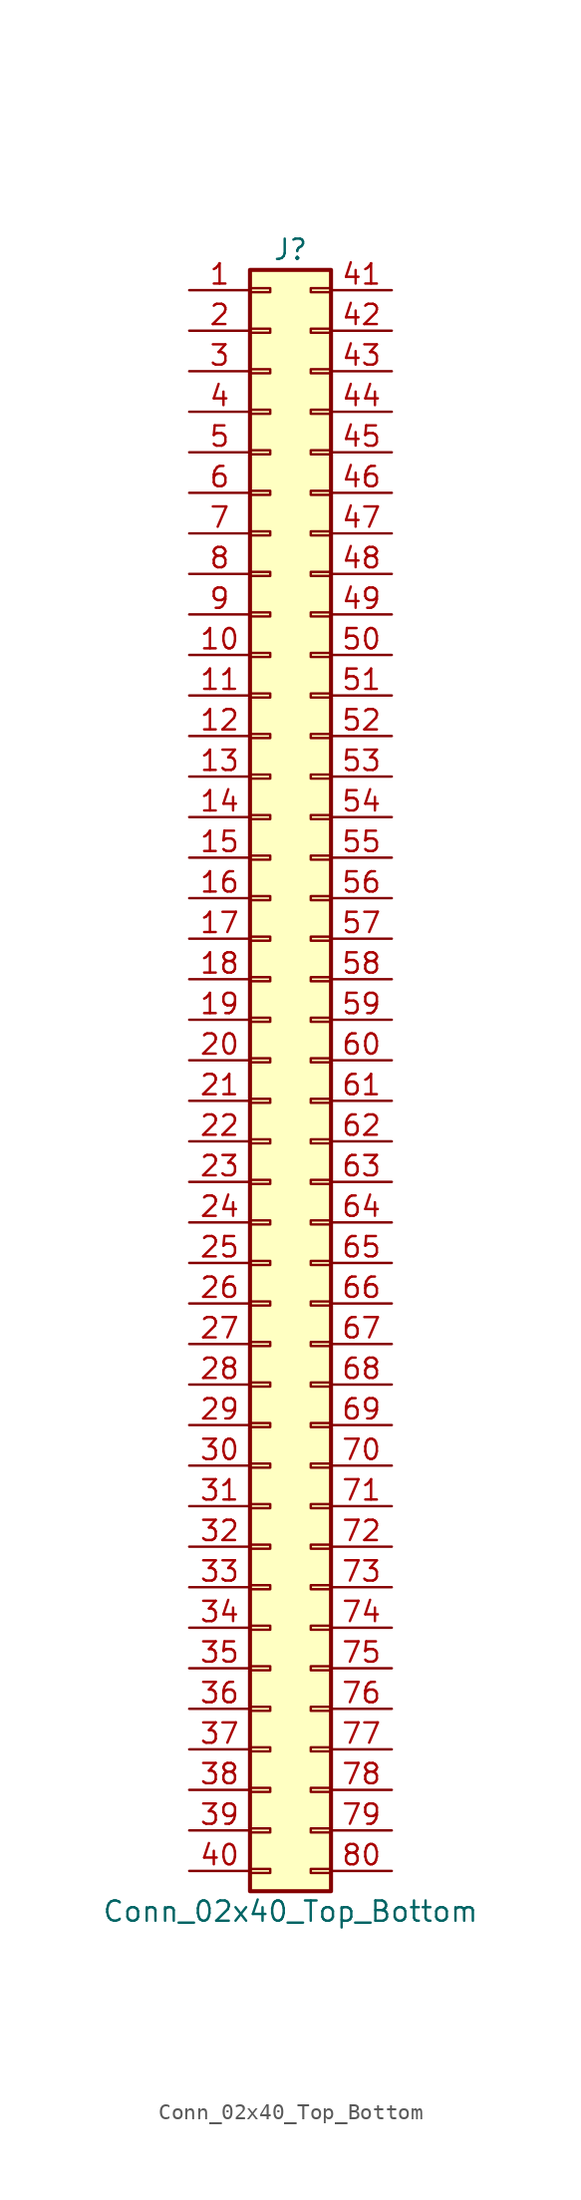
<source format=kicad_sym>
(kicad_symbol_lib
  (version 20201005)
  (generator kicad_symbol_editor)
  (symbol "Conn_02x40_Top_Bottom"
    (pin_names
      (offset 1.016) hide)
    (property "Reference" "J"
      (at 1.27 50.8 0)
      (effects (font (size 1.27 1.27))))
    (property "Value" "Conn_02x40_Top_Bottom"
      (at 1.27 -53.34 0)
      (effects (font (size 1.27 1.27))))
    (symbol "Conn_02x40_Top_Bottom_1_1"
      (rectangle (start -1.27 -50.673) (end 0 -50.927) (stroke (width 0.152)) (fill (type none)))
      (rectangle (start -1.27 -48.133) (end 0 -48.387) (stroke (width 0.152)) (fill (type none)))
      (rectangle (start -1.27 -45.593) (end 0 -45.847) (stroke (width 0.152)) (fill (type none)))
      (rectangle (start -1.27 -43.053) (end 0 -43.307) (stroke (width 0.152)) (fill (type none)))
      (rectangle (start -1.27 -40.513) (end 0 -40.767) (stroke (width 0.152)) (fill (type none)))
      (rectangle (start -1.27 -37.973) (end 0 -38.227) (stroke (width 0.152)) (fill (type none)))
      (rectangle (start -1.27 -35.433) (end 0 -35.687) (stroke (width 0.152)) (fill (type none)))
      (rectangle (start -1.27 -32.893) (end 0 -33.147) (stroke (width 0.152)) (fill (type none)))
      (rectangle (start -1.27 -30.353) (end 0 -30.607) (stroke (width 0.152)) (fill (type none)))
      (rectangle (start -1.27 -27.813) (end 0 -28.067) (stroke (width 0.152)) (fill (type none)))
      (rectangle (start -1.27 -25.273) (end 0 -25.527) (stroke (width 0.152)) (fill (type none)))
      (rectangle (start -1.27 -22.733) (end 0 -22.987) (stroke (width 0.152)) (fill (type none)))
      (rectangle (start -1.27 -20.193) (end 0 -20.447) (stroke (width 0.152)) (fill (type none)))
      (rectangle (start -1.27 -17.653) (end 0 -17.907) (stroke (width 0.152)) (fill (type none)))
      (rectangle (start -1.27 -15.113) (end 0 -15.367) (stroke (width 0.152)) (fill (type none)))
      (rectangle (start -1.27 -12.573) (end 0 -12.827) (stroke (width 0.152)) (fill (type none)))
      (rectangle (start -1.27 -10.033) (end 0 -10.287) (stroke (width 0.152)) (fill (type none)))
      (rectangle (start -1.27 -7.493) (end 0 -7.747) (stroke (width 0.152)) (fill (type none)))
      (rectangle (start -1.27 -4.953) (end 0 -5.207) (stroke (width 0.152)) (fill (type none)))
      (rectangle (start -1.27 -2.413) (end 0 -2.667) (stroke (width 0.152)) (fill (type none)))
      (rectangle (start -1.27 0.127) (end 0 -0.127) (stroke (width 0.152)) (fill (type none)))
      (rectangle (start -1.27 2.667) (end 0 2.413) (stroke (width 0.152)) (fill (type none)))
      (rectangle (start -1.27 5.207) (end 0 4.953) (stroke (width 0.152)) (fill (type none)))
      (rectangle (start -1.27 7.747) (end 0 7.493) (stroke (width 0.152)) (fill (type none)))
      (rectangle (start -1.27 10.287) (end 0 10.033) (stroke (width 0.152)) (fill (type none)))
      (rectangle (start -1.27 12.827) (end 0 12.573) (stroke (width 0.152)) (fill (type none)))
      (rectangle (start -1.27 15.367) (end 0 15.113) (stroke (width 0.152)) (fill (type none)))
      (rectangle (start -1.27 17.907) (end 0 17.653) (stroke (width 0.152)) (fill (type none)))
      (rectangle (start -1.27 20.447) (end 0 20.193) (stroke (width 0.152)) (fill (type none)))
      (rectangle (start -1.27 22.987) (end 0 22.733) (stroke (width 0.152)) (fill (type none)))
      (rectangle (start -1.27 25.527) (end 0 25.273) (stroke (width 0.152)) (fill (type none)))
      (rectangle (start -1.27 28.067) (end 0 27.813) (stroke (width 0.152)) (fill (type none)))
      (rectangle (start -1.27 30.607) (end 0 30.353) (stroke (width 0.152)) (fill (type none)))
      (rectangle (start -1.27 33.147) (end 0 32.893) (stroke (width 0.152)) (fill (type none)))
      (rectangle (start -1.27 35.687) (end 0 35.433) (stroke (width 0.152)) (fill (type none)))
      (rectangle (start -1.27 38.227) (end 0 37.973) (stroke (width 0.152)) (fill (type none)))
      (rectangle (start -1.27 40.767) (end 0 40.513) (stroke (width 0.152)) (fill (type none)))
      (rectangle (start -1.27 43.307) (end 0 43.053) (stroke (width 0.152)) (fill (type none)))
      (rectangle (start -1.27 45.847) (end 0 45.593) (stroke (width 0.152)) (fill (type none)))
      (rectangle (start -1.27 48.387) (end 0 48.133) (stroke (width 0.152)) (fill (type none)))
      (rectangle (start -1.27 49.53) (end 3.81 -52.07) (stroke (width 0.254)) (fill (type background)))
      (rectangle (start 3.81 -50.673) (end 2.54 -50.927) (stroke (width 0.152)) (fill (type none)))
      (rectangle (start 3.81 -48.133) (end 2.54 -48.387) (stroke (width 0.152)) (fill (type none)))
      (rectangle (start 3.81 -45.593) (end 2.54 -45.847) (stroke (width 0.152)) (fill (type none)))
      (rectangle (start 3.81 -43.053) (end 2.54 -43.307) (stroke (width 0.152)) (fill (type none)))
      (rectangle (start 3.81 -40.513) (end 2.54 -40.767) (stroke (width 0.152)) (fill (type none)))
      (rectangle (start 3.81 -37.973) (end 2.54 -38.227) (stroke (width 0.152)) (fill (type none)))
      (rectangle (start 3.81 -35.433) (end 2.54 -35.687) (stroke (width 0.152)) (fill (type none)))
      (rectangle (start 3.81 -32.893) (end 2.54 -33.147) (stroke (width 0.152)) (fill (type none)))
      (rectangle (start 3.81 -30.353) (end 2.54 -30.607) (stroke (width 0.152)) (fill (type none)))
      (rectangle (start 3.81 -27.813) (end 2.54 -28.067) (stroke (width 0.152)) (fill (type none)))
      (rectangle (start 3.81 -25.273) (end 2.54 -25.527) (stroke (width 0.152)) (fill (type none)))
      (rectangle (start 3.81 -22.733) (end 2.54 -22.987) (stroke (width 0.152)) (fill (type none)))
      (rectangle (start 3.81 -20.193) (end 2.54 -20.447) (stroke (width 0.152)) (fill (type none)))
      (rectangle (start 3.81 -17.653) (end 2.54 -17.907) (stroke (width 0.152)) (fill (type none)))
      (rectangle (start 3.81 -15.113) (end 2.54 -15.367) (stroke (width 0.152)) (fill (type none)))
      (rectangle (start 3.81 -12.573) (end 2.54 -12.827) (stroke (width 0.152)) (fill (type none)))
      (rectangle (start 3.81 -10.033) (end 2.54 -10.287) (stroke (width 0.152)) (fill (type none)))
      (rectangle (start 3.81 -7.493) (end 2.54 -7.747) (stroke (width 0.152)) (fill (type none)))
      (rectangle (start 3.81 -4.953) (end 2.54 -5.207) (stroke (width 0.152)) (fill (type none)))
      (rectangle (start 3.81 -2.413) (end 2.54 -2.667) (stroke (width 0.152)) (fill (type none)))
      (rectangle (start 3.81 0.127) (end 2.54 -0.127) (stroke (width 0.152)) (fill (type none)))
      (rectangle (start 3.81 2.667) (end 2.54 2.413) (stroke (width 0.152)) (fill (type none)))
      (rectangle (start 3.81 5.207) (end 2.54 4.953) (stroke (width 0.152)) (fill (type none)))
      (rectangle (start 3.81 7.747) (end 2.54 7.493) (stroke (width 0.152)) (fill (type none)))
      (rectangle (start 3.81 10.287) (end 2.54 10.033) (stroke (width 0.152)) (fill (type none)))
      (rectangle (start 3.81 12.827) (end 2.54 12.573) (stroke (width 0.152)) (fill (type none)))
      (rectangle (start 3.81 15.367) (end 2.54 15.113) (stroke (width 0.152)) (fill (type none)))
      (rectangle (start 3.81 17.907) (end 2.54 17.653) (stroke (width 0.152)) (fill (type none)))
      (rectangle (start 3.81 20.447) (end 2.54 20.193) (stroke (width 0.152)) (fill (type none)))
      (rectangle (start 3.81 22.987) (end 2.54 22.733) (stroke (width 0.152)) (fill (type none)))
      (rectangle (start 3.81 25.527) (end 2.54 25.273) (stroke (width 0.152)) (fill (type none)))
      (rectangle (start 3.81 28.067) (end 2.54 27.813) (stroke (width 0.152)) (fill (type none)))
      (rectangle (start 3.81 30.607) (end 2.54 30.353) (stroke (width 0.152)) (fill (type none)))
      (rectangle (start 3.81 33.147) (end 2.54 32.893) (stroke (width 0.152)) (fill (type none)))
      (rectangle (start 3.81 35.687) (end 2.54 35.433) (stroke (width 0.152)) (fill (type none)))
      (rectangle (start 3.81 38.227) (end 2.54 37.973) (stroke (width 0.152)) (fill (type none)))
      (rectangle (start 3.81 40.767) (end 2.54 40.513) (stroke (width 0.152)) (fill (type none)))
      (rectangle (start 3.81 43.307) (end 2.54 43.053) (stroke (width 0.152)) (fill (type none)))
      (rectangle (start 3.81 45.847) (end 2.54 45.593) (stroke (width 0.152)) (fill (type none)))
      (rectangle (start 3.81 48.387) (end 2.54 48.133) (stroke (width 0.152)) (fill (type none)))
      (pin passive line (at -5.08 48.26 0) (length 3.81) (name "Pin_1" (effects (font (size 1.27 1.27)))) (number "1" (effects (font (size 1.27 1.27)))))
      (pin passive line (at -5.08 25.4 0) (length 3.81) (name "Pin_10" (effects (font (size 1.27 1.27)))) (number "10" (effects (font (size 1.27 1.27)))))
      (pin passive line (at -5.08 22.86 0) (length 3.81) (name "Pin_11" (effects (font (size 1.27 1.27)))) (number "11" (effects (font (size 1.27 1.27)))))
      (pin passive line (at -5.08 20.32 0) (length 3.81) (name "Pin_12" (effects (font (size 1.27 1.27)))) (number "12" (effects (font (size 1.27 1.27)))))
      (pin passive line (at -5.08 17.78 0) (length 3.81) (name "Pin_13" (effects (font (size 1.27 1.27)))) (number "13" (effects (font (size 1.27 1.27)))))
      (pin passive line (at -5.08 15.24 0) (length 3.81) (name "Pin_14" (effects (font (size 1.27 1.27)))) (number "14" (effects (font (size 1.27 1.27)))))
      (pin passive line (at -5.08 12.7 0) (length 3.81) (name "Pin_15" (effects (font (size 1.27 1.27)))) (number "15" (effects (font (size 1.27 1.27)))))
      (pin passive line (at -5.08 10.16 0) (length 3.81) (name "Pin_16" (effects (font (size 1.27 1.27)))) (number "16" (effects (font (size 1.27 1.27)))))
      (pin passive line (at -5.08 7.62 0) (length 3.81) (name "Pin_17" (effects (font (size 1.27 1.27)))) (number "17" (effects (font (size 1.27 1.27)))))
      (pin passive line (at -5.08 5.08 0) (length 3.81) (name "Pin_18" (effects (font (size 1.27 1.27)))) (number "18" (effects (font (size 1.27 1.27)))))
      (pin passive line (at -5.08 2.54 0) (length 3.81) (name "Pin_19" (effects (font (size 1.27 1.27)))) (number "19" (effects (font (size 1.27 1.27)))))
      (pin passive line (at -5.08 45.72 0) (length 3.81) (name "Pin_2" (effects (font (size 1.27 1.27)))) (number "2" (effects (font (size 1.27 1.27)))))
      (pin passive line (at -5.08 0 0) (length 3.81) (name "Pin_20" (effects (font (size 1.27 1.27)))) (number "20" (effects (font (size 1.27 1.27)))))
      (pin passive line (at -5.08 -2.54 0) (length 3.81) (name "Pin_21" (effects (font (size 1.27 1.27)))) (number "21" (effects (font (size 1.27 1.27)))))
      (pin passive line (at -5.08 -5.08 0) (length 3.81) (name "Pin_22" (effects (font (size 1.27 1.27)))) (number "22" (effects (font (size 1.27 1.27)))))
      (pin passive line (at -5.08 -7.62 0) (length 3.81) (name "Pin_23" (effects (font (size 1.27 1.27)))) (number "23" (effects (font (size 1.27 1.27)))))
      (pin passive line (at -5.08 -10.16 0) (length 3.81) (name "Pin_24" (effects (font (size 1.27 1.27)))) (number "24" (effects (font (size 1.27 1.27)))))
      (pin passive line (at -5.08 -12.7 0) (length 3.81) (name "Pin_25" (effects (font (size 1.27 1.27)))) (number "25" (effects (font (size 1.27 1.27)))))
      (pin passive line (at -5.08 -15.24 0) (length 3.81) (name "Pin_26" (effects (font (size 1.27 1.27)))) (number "26" (effects (font (size 1.27 1.27)))))
      (pin passive line (at -5.08 -17.78 0) (length 3.81) (name "Pin_27" (effects (font (size 1.27 1.27)))) (number "27" (effects (font (size 1.27 1.27)))))
      (pin passive line (at -5.08 -20.32 0) (length 3.81) (name "Pin_28" (effects (font (size 1.27 1.27)))) (number "28" (effects (font (size 1.27 1.27)))))
      (pin passive line (at -5.08 -22.86 0) (length 3.81) (name "Pin_29" (effects (font (size 1.27 1.27)))) (number "29" (effects (font (size 1.27 1.27)))))
      (pin passive line (at -5.08 43.18 0) (length 3.81) (name "Pin_3" (effects (font (size 1.27 1.27)))) (number "3" (effects (font (size 1.27 1.27)))))
      (pin passive line (at -5.08 -25.4 0) (length 3.81) (name "Pin_30" (effects (font (size 1.27 1.27)))) (number "30" (effects (font (size 1.27 1.27)))))
      (pin passive line (at -5.08 -27.94 0) (length 3.81) (name "Pin_31" (effects (font (size 1.27 1.27)))) (number "31" (effects (font (size 1.27 1.27)))))
      (pin passive line (at -5.08 -30.48 0) (length 3.81) (name "Pin_32" (effects (font (size 1.27 1.27)))) (number "32" (effects (font (size 1.27 1.27)))))
      (pin passive line (at -5.08 -33.02 0) (length 3.81) (name "Pin_33" (effects (font (size 1.27 1.27)))) (number "33" (effects (font (size 1.27 1.27)))))
      (pin passive line (at -5.08 -35.56 0) (length 3.81) (name "Pin_34" (effects (font (size 1.27 1.27)))) (number "34" (effects (font (size 1.27 1.27)))))
      (pin passive line (at -5.08 -38.1 0) (length 3.81) (name "Pin_35" (effects (font (size 1.27 1.27)))) (number "35" (effects (font (size 1.27 1.27)))))
      (pin passive line (at -5.08 -40.64 0) (length 3.81) (name "Pin_36" (effects (font (size 1.27 1.27)))) (number "36" (effects (font (size 1.27 1.27)))))
      (pin passive line (at -5.08 -43.18 0) (length 3.81) (name "Pin_37" (effects (font (size 1.27 1.27)))) (number "37" (effects (font (size 1.27 1.27)))))
      (pin passive line (at -5.08 -45.72 0) (length 3.81) (name "Pin_38" (effects (font (size 1.27 1.27)))) (number "38" (effects (font (size 1.27 1.27)))))
      (pin passive line (at -5.08 -48.26 0) (length 3.81) (name "Pin_39" (effects (font (size 1.27 1.27)))) (number "39" (effects (font (size 1.27 1.27)))))
      (pin passive line (at -5.08 40.64 0) (length 3.81) (name "Pin_4" (effects (font (size 1.27 1.27)))) (number "4" (effects (font (size 1.27 1.27)))))
      (pin passive line (at -5.08 -50.8 0) (length 3.81) (name "Pin_40" (effects (font (size 1.27 1.27)))) (number "40" (effects (font (size 1.27 1.27)))))
      (pin passive line (at 7.62 48.26 180) (length 3.81) (name "Pin_41" (effects (font (size 1.27 1.27)))) (number "41" (effects (font (size 1.27 1.27)))))
      (pin passive line (at 7.62 45.72 180) (length 3.81) (name "Pin_42" (effects (font (size 1.27 1.27)))) (number "42" (effects (font (size 1.27 1.27)))))
      (pin passive line (at 7.62 43.18 180) (length 3.81) (name "Pin_43" (effects (font (size 1.27 1.27)))) (number "43" (effects (font (size 1.27 1.27)))))
      (pin passive line (at 7.62 40.64 180) (length 3.81) (name "Pin_44" (effects (font (size 1.27 1.27)))) (number "44" (effects (font (size 1.27 1.27)))))
      (pin passive line (at 7.62 38.1 180) (length 3.81) (name "Pin_45" (effects (font (size 1.27 1.27)))) (number "45" (effects (font (size 1.27 1.27)))))
      (pin passive line (at 7.62 35.56 180) (length 3.81) (name "Pin_46" (effects (font (size 1.27 1.27)))) (number "46" (effects (font (size 1.27 1.27)))))
      (pin passive line (at 7.62 33.02 180) (length 3.81) (name "Pin_47" (effects (font (size 1.27 1.27)))) (number "47" (effects (font (size 1.27 1.27)))))
      (pin passive line (at 7.62 30.48 180) (length 3.81) (name "Pin_48" (effects (font (size 1.27 1.27)))) (number "48" (effects (font (size 1.27 1.27)))))
      (pin passive line (at 7.62 27.94 180) (length 3.81) (name "Pin_49" (effects (font (size 1.27 1.27)))) (number "49" (effects (font (size 1.27 1.27)))))
      (pin passive line (at -5.08 38.1 0) (length 3.81) (name "Pin_5" (effects (font (size 1.27 1.27)))) (number "5" (effects (font (size 1.27 1.27)))))
      (pin passive line (at 7.62 25.4 180) (length 3.81) (name "Pin_50" (effects (font (size 1.27 1.27)))) (number "50" (effects (font (size 1.27 1.27)))))
      (pin passive line (at 7.62 22.86 180) (length 3.81) (name "Pin_51" (effects (font (size 1.27 1.27)))) (number "51" (effects (font (size 1.27 1.27)))))
      (pin passive line (at 7.62 20.32 180) (length 3.81) (name "Pin_52" (effects (font (size 1.27 1.27)))) (number "52" (effects (font (size 1.27 1.27)))))
      (pin passive line (at 7.62 17.78 180) (length 3.81) (name "Pin_53" (effects (font (size 1.27 1.27)))) (number "53" (effects (font (size 1.27 1.27)))))
      (pin passive line (at 7.62 15.24 180) (length 3.81) (name "Pin_54" (effects (font (size 1.27 1.27)))) (number "54" (effects (font (size 1.27 1.27)))))
      (pin passive line (at 7.62 12.7 180) (length 3.81) (name "Pin_55" (effects (font (size 1.27 1.27)))) (number "55" (effects (font (size 1.27 1.27)))))
      (pin passive line (at 7.62 10.16 180) (length 3.81) (name "Pin_56" (effects (font (size 1.27 1.27)))) (number "56" (effects (font (size 1.27 1.27)))))
      (pin passive line (at 7.62 7.62 180) (length 3.81) (name "Pin_57" (effects (font (size 1.27 1.27)))) (number "57" (effects (font (size 1.27 1.27)))))
      (pin passive line (at 7.62 5.08 180) (length 3.81) (name "Pin_58" (effects (font (size 1.27 1.27)))) (number "58" (effects (font (size 1.27 1.27)))))
      (pin passive line (at 7.62 2.54 180) (length 3.81) (name "Pin_59" (effects (font (size 1.27 1.27)))) (number "59" (effects (font (size 1.27 1.27)))))
      (pin passive line (at -5.08 35.56 0) (length 3.81) (name "Pin_6" (effects (font (size 1.27 1.27)))) (number "6" (effects (font (size 1.27 1.27)))))
      (pin passive line (at 7.62 0 180) (length 3.81) (name "Pin_60" (effects (font (size 1.27 1.27)))) (number "60" (effects (font (size 1.27 1.27)))))
      (pin passive line (at 7.62 -2.54 180) (length 3.81) (name "Pin_61" (effects (font (size 1.27 1.27)))) (number "61" (effects (font (size 1.27 1.27)))))
      (pin passive line (at 7.62 -5.08 180) (length 3.81) (name "Pin_62" (effects (font (size 1.27 1.27)))) (number "62" (effects (font (size 1.27 1.27)))))
      (pin passive line (at 7.62 -7.62 180) (length 3.81) (name "Pin_63" (effects (font (size 1.27 1.27)))) (number "63" (effects (font (size 1.27 1.27)))))
      (pin passive line (at 7.62 -10.16 180) (length 3.81) (name "Pin_64" (effects (font (size 1.27 1.27)))) (number "64" (effects (font (size 1.27 1.27)))))
      (pin passive line (at 7.62 -12.7 180) (length 3.81) (name "Pin_65" (effects (font (size 1.27 1.27)))) (number "65" (effects (font (size 1.27 1.27)))))
      (pin passive line (at 7.62 -15.24 180) (length 3.81) (name "Pin_66" (effects (font (size 1.27 1.27)))) (number "66" (effects (font (size 1.27 1.27)))))
      (pin passive line (at 7.62 -17.78 180) (length 3.81) (name "Pin_67" (effects (font (size 1.27 1.27)))) (number "67" (effects (font (size 1.27 1.27)))))
      (pin passive line (at 7.62 -20.32 180) (length 3.81) (name "Pin_68" (effects (font (size 1.27 1.27)))) (number "68" (effects (font (size 1.27 1.27)))))
      (pin passive line (at 7.62 -22.86 180) (length 3.81) (name "Pin_69" (effects (font (size 1.27 1.27)))) (number "69" (effects (font (size 1.27 1.27)))))
      (pin passive line (at -5.08 33.02 0) (length 3.81) (name "Pin_7" (effects (font (size 1.27 1.27)))) (number "7" (effects (font (size 1.27 1.27)))))
      (pin passive line (at 7.62 -25.4 180) (length 3.81) (name "Pin_70" (effects (font (size 1.27 1.27)))) (number "70" (effects (font (size 1.27 1.27)))))
      (pin passive line (at 7.62 -27.94 180) (length 3.81) (name "Pin_71" (effects (font (size 1.27 1.27)))) (number "71" (effects (font (size 1.27 1.27)))))
      (pin passive line (at 7.62 -30.48 180) (length 3.81) (name "Pin_72" (effects (font (size 1.27 1.27)))) (number "72" (effects (font (size 1.27 1.27)))))
      (pin passive line (at 7.62 -33.02 180) (length 3.81) (name "Pin_73" (effects (font (size 1.27 1.27)))) (number "73" (effects (font (size 1.27 1.27)))))
      (pin passive line (at 7.62 -35.56 180) (length 3.81) (name "Pin_74" (effects (font (size 1.27 1.27)))) (number "74" (effects (font (size 1.27 1.27)))))
      (pin passive line (at 7.62 -38.1 180) (length 3.81) (name "Pin_75" (effects (font (size 1.27 1.27)))) (number "75" (effects (font (size 1.27 1.27)))))
      (pin passive line (at 7.62 -40.64 180) (length 3.81) (name "Pin_76" (effects (font (size 1.27 1.27)))) (number "76" (effects (font (size 1.27 1.27)))))
      (pin passive line (at 7.62 -43.18 180) (length 3.81) (name "Pin_77" (effects (font (size 1.27 1.27)))) (number "77" (effects (font (size 1.27 1.27)))))
      (pin passive line (at 7.62 -45.72 180) (length 3.81) (name "Pin_78" (effects (font (size 1.27 1.27)))) (number "78" (effects (font (size 1.27 1.27)))))
      (pin passive line (at 7.62 -48.26 180) (length 3.81) (name "Pin_79" (effects (font (size 1.27 1.27)))) (number "79" (effects (font (size 1.27 1.27)))))
      (pin passive line (at -5.08 30.48 0) (length 3.81) (name "Pin_8" (effects (font (size 1.27 1.27)))) (number "8" (effects (font (size 1.27 1.27)))))
      (pin passive line (at 7.62 -50.8 180) (length 3.81) (name "Pin_80" (effects (font (size 1.27 1.27)))) (number "80" (effects (font (size 1.27 1.27)))))
      (pin passive line (at -5.08 27.94 0) (length 3.81) (name "Pin_9" (effects (font (size 1.27 1.27)))) (number "9" (effects (font (size 1.27 1.27))))))))
</source>
